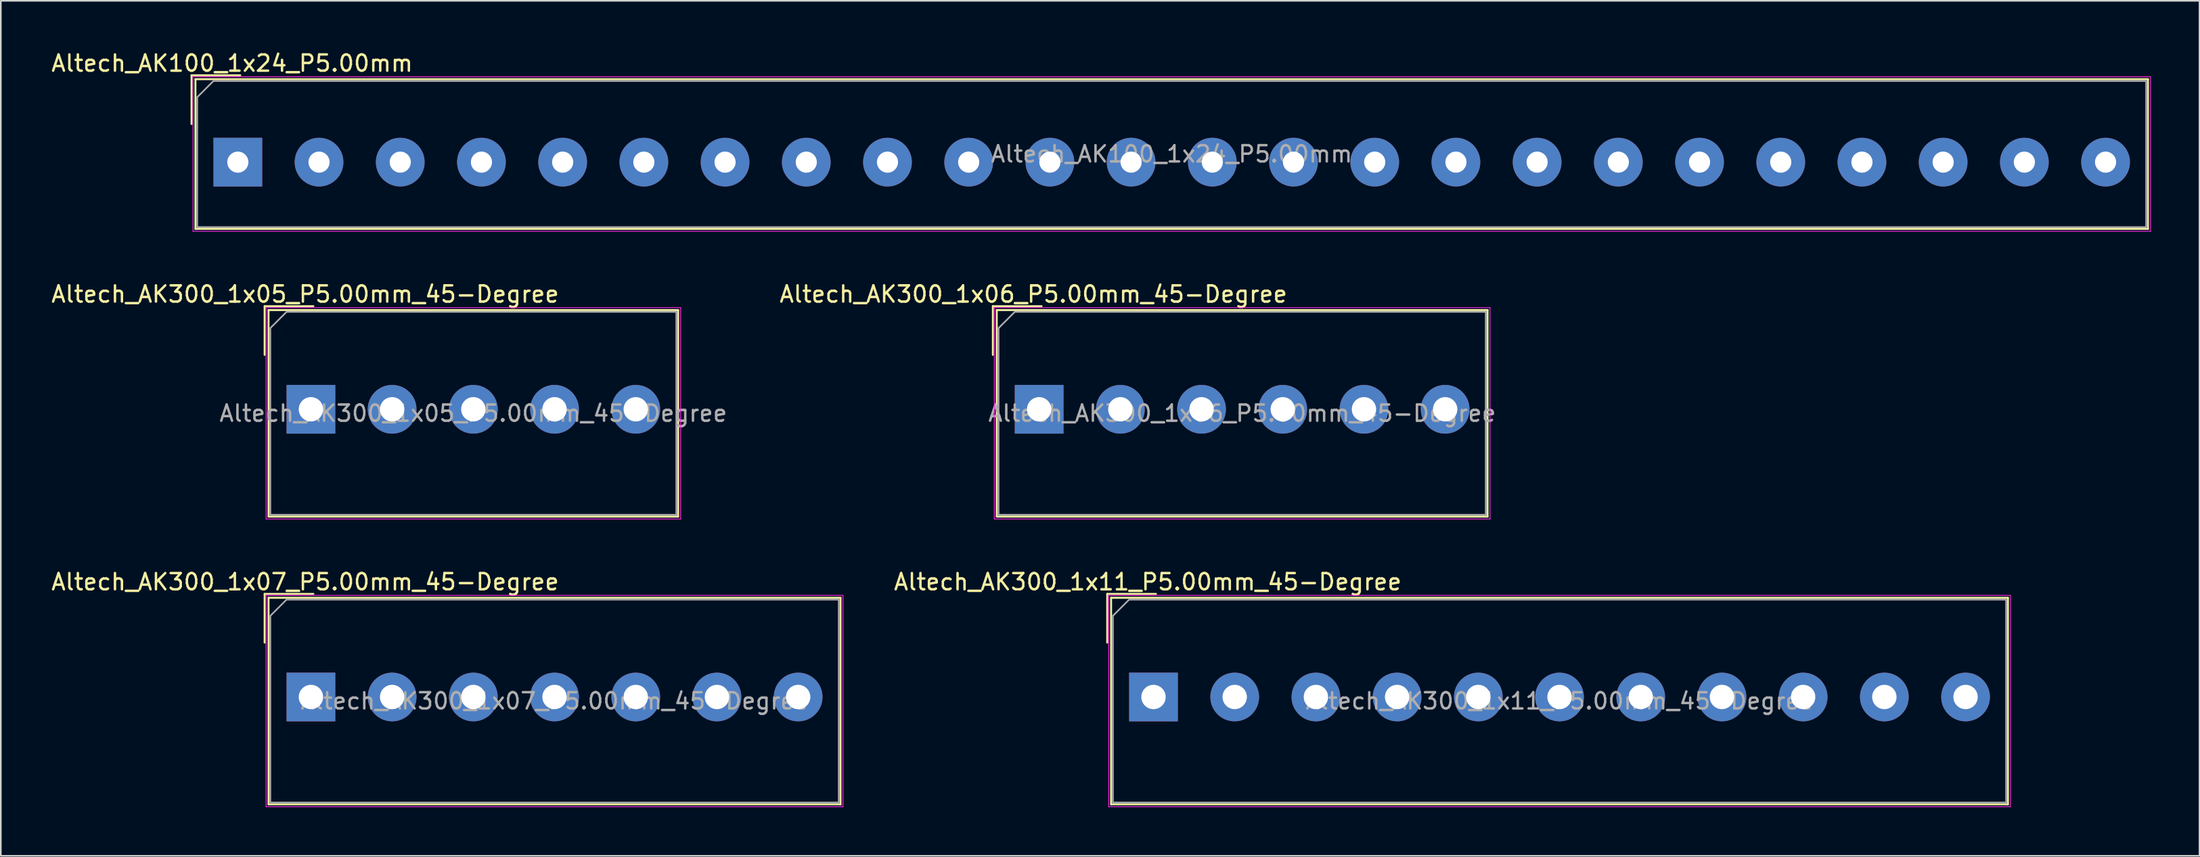
<source format=kicad_pcb>
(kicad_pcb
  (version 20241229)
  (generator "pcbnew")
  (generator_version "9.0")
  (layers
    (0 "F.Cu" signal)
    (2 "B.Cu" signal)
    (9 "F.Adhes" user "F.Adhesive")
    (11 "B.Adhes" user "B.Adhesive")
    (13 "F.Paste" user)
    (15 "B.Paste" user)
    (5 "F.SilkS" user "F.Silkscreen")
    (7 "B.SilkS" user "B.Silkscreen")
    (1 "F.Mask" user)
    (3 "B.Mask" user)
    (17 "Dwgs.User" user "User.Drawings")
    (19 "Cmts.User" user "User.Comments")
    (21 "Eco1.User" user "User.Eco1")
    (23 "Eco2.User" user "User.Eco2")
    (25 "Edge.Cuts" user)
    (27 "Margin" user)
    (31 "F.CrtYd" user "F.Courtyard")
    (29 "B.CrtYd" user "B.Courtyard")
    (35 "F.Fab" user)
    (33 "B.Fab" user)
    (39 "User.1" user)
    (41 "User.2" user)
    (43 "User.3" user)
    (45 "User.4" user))
  (footprint "Altech_AK300_1x05_P5.00mm_45-Degree"
    (layer "F.Cu")
    (at 16.094 22.162)
    (property "Reference" "Altech_AK300_1x05_P5.00mm_45-Degree" (at -0.35 -7.09 0) (layer "F.SilkS") (effects (font (size 1 1) (thickness 0.15))))
    (attr through_hole)
    (fp_line (start -2.85 -6.35) (end 0.15 -6.35) (stroke (width 0.12) (type solid)) (layer "F.SilkS"))
    (fp_line (start -2.85 -3.35) (end -2.85 -6.35) (stroke (width 0.12) (type solid)) (layer "F.SilkS"))
    (fp_line (start -2.61 -6.11) (end -2.61 6.61) (stroke (width 0.12) (type solid)) (layer "F.SilkS"))
    (fp_line (start -2.61 -6.11) (end 22.61 -6.11) (stroke (width 0.12) (type solid)) (layer "F.SilkS"))
    (fp_line (start -2.61 6.61) (end 22.61 6.61) (stroke (width 0.12) (type solid)) (layer "F.SilkS"))
    (fp_line (start 22.61 -6.11) (end 22.61 6.61) (stroke (width 0.12) (type solid)) (layer "F.SilkS"))
    (fp_line (start -2.76 -6.26) (end -2.76 6.76) (stroke (width 0.05) (type solid)) (layer "F.CrtYd"))
    (fp_line (start -2.76 6.76) (end 22.76 6.76) (stroke (width 0.05) (type solid)) (layer "F.CrtYd"))
    (fp_line (start 22.76 -6.26) (end -2.76 -6.26) (stroke (width 0.05) (type solid)) (layer "F.CrtYd"))
    (fp_line (start 22.76 6.76) (end 22.76 -6.26) (stroke (width 0.05) (type solid)) (layer "F.CrtYd"))
    (fp_poly (pts (xy -2.5 -5) (xy -2.5 6.5) (xy 22.5 6.5) (xy 22.5 -6) (xy -1.5 -6)) (stroke (width 0.1) (type solid)) (fill no) (layer "F.Fab"))
    (fp_text user "${REFERENCE}" (at 10 0.25 0) (layer "F.Fab") (effects (font (size 1 1) (thickness 0.15))))
    (pad "1" thru_hole rect (at 0 0) (size 3 3) (drill 1.5) (layers "*.Cu" "*.Mask"))
    (pad "2" thru_hole circle (at 5 0) (size 3 3) (drill 1.5) (layers "*.Cu" "*.Mask"))
    (pad "3" thru_hole circle (at 10 0) (size 3 3) (drill 1.5) (layers "*.Cu" "*.Mask"))
    (pad "4" thru_hole circle (at 15 0) (size 3 3) (drill 1.5) (layers "*.Cu" "*.Mask"))
    (pad "5" thru_hole circle (at 20 0) (size 3 3) (drill 1.5) (layers "*.Cu" "*.Mask")))
  (footprint "Altech_AK100_1x24_P5.00mm"
    (layer "F.Cu")
    (at 11.594 6.938)
    (property "Reference" "Altech_AK100_1x24_P5.00mm" (at -0.35 -6.09 0) (layer "F.SilkS") (effects (font (size 1 1) (thickness 0.15))))
    (attr through_hole)
    (fp_line (start -2.85 -5.35) (end 0.15 -5.35) (stroke (width 0.12) (type solid)) (layer "F.SilkS"))
    (fp_line (start -2.85 -2.35) (end -2.85 -5.35) (stroke (width 0.12) (type solid)) (layer "F.SilkS"))
    (fp_line (start -2.61 -5.11) (end -2.61 4.11) (stroke (width 0.12) (type solid)) (layer "F.SilkS"))
    (fp_line (start -2.61 -5.11) (end 117.61 -5.11) (stroke (width 0.12) (type solid)) (layer "F.SilkS"))
    (fp_line (start -2.61 4.11) (end 117.61 4.11) (stroke (width 0.12) (type solid)) (layer "F.SilkS"))
    (fp_line (start 117.61 -5.11) (end 117.61 4.11) (stroke (width 0.12) (type solid)) (layer "F.SilkS"))
    (fp_line (start -2.76 -5.26) (end -2.76 4.26) (stroke (width 0.05) (type solid)) (layer "F.CrtYd"))
    (fp_line (start -2.76 4.26) (end 117.76 4.26) (stroke (width 0.05) (type solid)) (layer "F.CrtYd"))
    (fp_line (start 117.76 -5.26) (end -2.76 -5.26) (stroke (width 0.05) (type solid)) (layer "F.CrtYd"))
    (fp_line (start 117.76 4.26) (end 117.76 -5.26) (stroke (width 0.05) (type solid)) (layer "F.CrtYd"))
    (fp_poly (pts (xy -2.5 -4) (xy -2.5 4) (xy 117.5 4) (xy 117.5 -5) (xy -1.5 -5)) (stroke (width 0.1) (type solid)) (fill no) (layer "F.Fab"))
    (fp_text user "${REFERENCE}" (at 57.5 -0.5 0) (layer "F.Fab") (effects (font (size 1 1) (thickness 0.15))))
    (pad "1" thru_hole rect (at 0 0) (size 3 3) (drill 1.3) (layers "*.Cu" "*.Mask"))
    (pad "2" thru_hole circle (at 5 0) (size 3 3) (drill 1.3) (layers "*.Cu" "*.Mask"))
    (pad "3" thru_hole circle (at 10 0) (size 3 3) (drill 1.3) (layers "*.Cu" "*.Mask"))
    (pad "4" thru_hole circle (at 15 0) (size 3 3) (drill 1.3) (layers "*.Cu" "*.Mask"))
    (pad "5" thru_hole circle (at 20 0) (size 3 3) (drill 1.3) (layers "*.Cu" "*.Mask"))
    (pad "6" thru_hole circle (at 25 0) (size 3 3) (drill 1.3) (layers "*.Cu" "*.Mask"))
    (pad "7" thru_hole circle (at 30 0) (size 3 3) (drill 1.3) (layers "*.Cu" "*.Mask"))
    (pad "8" thru_hole circle (at 35 0) (size 3 3) (drill 1.3) (layers "*.Cu" "*.Mask"))
    (pad "9" thru_hole circle (at 40 0) (size 3 3) (drill 1.3) (layers "*.Cu" "*.Mask"))
    (pad "10" thru_hole circle (at 45 0) (size 3 3) (drill 1.3) (layers "*.Cu" "*.Mask"))
    (pad "11" thru_hole circle (at 50 0) (size 3 3) (drill 1.3) (layers "*.Cu" "*.Mask"))
    (pad "12" thru_hole circle (at 55 0) (size 3 3) (drill 1.3) (layers "*.Cu" "*.Mask"))
    (pad "13" thru_hole circle (at 60 0) (size 3 3) (drill 1.3) (layers "*.Cu" "*.Mask"))
    (pad "14" thru_hole circle (at 65 0) (size 3 3) (drill 1.3) (layers "*.Cu" "*.Mask"))
    (pad "15" thru_hole circle (at 70 0) (size 3 3) (drill 1.3) (layers "*.Cu" "*.Mask"))
    (pad "16" thru_hole circle (at 75 0) (size 3 3) (drill 1.3) (layers "*.Cu" "*.Mask"))
    (pad "17" thru_hole circle (at 80 0) (size 3 3) (drill 1.3) (layers "*.Cu" "*.Mask"))
    (pad "18" thru_hole circle (at 85 0) (size 3 3) (drill 1.3) (layers "*.Cu" "*.Mask"))
    (pad "19" thru_hole circle (at 90 0) (size 3 3) (drill 1.3) (layers "*.Cu" "*.Mask"))
    (pad "20" thru_hole circle (at 95 0) (size 3 3) (drill 1.3) (layers "*.Cu" "*.Mask"))
    (pad "21" thru_hole circle (at 100 0) (size 3 3) (drill 1.3) (layers "*.Cu" "*.Mask"))
    (pad "22" thru_hole circle (at 105 0) (size 3 3) (drill 1.3) (layers "*.Cu" "*.Mask"))
    (pad "23" thru_hole circle (at 110 0) (size 3 3) (drill 1.3) (layers "*.Cu" "*.Mask"))
    (pad "24" thru_hole circle (at 115 0) (size 3 3) (drill 1.3) (layers "*.Cu" "*.Mask")))
  (footprint "Altech_AK300_1x06_P5.00mm_45-Degree"
    (layer "F.Cu")
    (at 60.932 22.162)
    (property "Reference" "Altech_AK300_1x06_P5.00mm_45-Degree" (at -0.35 -7.09 0) (layer "F.SilkS") (effects (font (size 1 1) (thickness 0.15))))
    (attr through_hole)
    (fp_line (start -2.85 -6.35) (end 0.15 -6.35) (stroke (width 0.12) (type solid)) (layer "F.SilkS"))
    (fp_line (start -2.85 -3.35) (end -2.85 -6.35) (stroke (width 0.12) (type solid)) (layer "F.SilkS"))
    (fp_line (start -2.61 -6.11) (end -2.61 6.61) (stroke (width 0.12) (type solid)) (layer "F.SilkS"))
    (fp_line (start -2.61 -6.11) (end 27.61 -6.11) (stroke (width 0.12) (type solid)) (layer "F.SilkS"))
    (fp_line (start -2.61 6.61) (end 27.61 6.61) (stroke (width 0.12) (type solid)) (layer "F.SilkS"))
    (fp_line (start 27.61 -6.11) (end 27.61 6.61) (stroke (width 0.12) (type solid)) (layer "F.SilkS"))
    (fp_line (start -2.76 -6.26) (end -2.76 6.76) (stroke (width 0.05) (type solid)) (layer "F.CrtYd"))
    (fp_line (start -2.76 6.76) (end 27.76 6.76) (stroke (width 0.05) (type solid)) (layer "F.CrtYd"))
    (fp_line (start 27.76 -6.26) (end -2.76 -6.26) (stroke (width 0.05) (type solid)) (layer "F.CrtYd"))
    (fp_line (start 27.76 6.76) (end 27.76 -6.26) (stroke (width 0.05) (type solid)) (layer "F.CrtYd"))
    (fp_poly (pts (xy -2.5 -5) (xy -2.5 6.5) (xy 27.5 6.5) (xy 27.5 -6) (xy -1.5 -6)) (stroke (width 0.1) (type solid)) (fill no) (layer "F.Fab"))
    (fp_text user "${REFERENCE}" (at 12.5 0.25 0) (layer "F.Fab") (effects (font (size 1 1) (thickness 0.15))))
    (pad "1" thru_hole rect (at 0 0) (size 3 3) (drill 1.5) (layers "*.Cu" "*.Mask"))
    (pad "2" thru_hole circle (at 5 0) (size 3 3) (drill 1.5) (layers "*.Cu" "*.Mask"))
    (pad "3" thru_hole circle (at 10 0) (size 3 3) (drill 1.5) (layers "*.Cu" "*.Mask"))
    (pad "4" thru_hole circle (at 15 0) (size 3 3) (drill 1.5) (layers "*.Cu" "*.Mask"))
    (pad "5" thru_hole circle (at 20 0) (size 3 3) (drill 1.5) (layers "*.Cu" "*.Mask"))
    (pad "6" thru_hole circle (at 25 0) (size 3 3) (drill 1.5) (layers "*.Cu" "*.Mask")))
  (footprint "Altech_AK300_1x11_P5.00mm_45-Degree"
    (layer "F.Cu")
    (at 67.973 39.885)
    (property "Reference" "Altech_AK300_1x11_P5.00mm_45-Degree" (at -0.35 -7.09 0) (layer "F.SilkS") (effects (font (size 1 1) (thickness 0.15))))
    (attr through_hole)
    (fp_line (start -2.85 -6.35) (end 0.15 -6.35) (stroke (width 0.12) (type solid)) (layer "F.SilkS"))
    (fp_line (start -2.85 -3.35) (end -2.85 -6.35) (stroke (width 0.12) (type solid)) (layer "F.SilkS"))
    (fp_line (start -2.61 -6.11) (end -2.61 6.61) (stroke (width 0.12) (type solid)) (layer "F.SilkS"))
    (fp_line (start -2.61 -6.11) (end 52.61 -6.11) (stroke (width 0.12) (type solid)) (layer "F.SilkS"))
    (fp_line (start -2.61 6.61) (end 52.61 6.61) (stroke (width 0.12) (type solid)) (layer "F.SilkS"))
    (fp_line (start 52.61 -6.11) (end 52.61 6.61) (stroke (width 0.12) (type solid)) (layer "F.SilkS"))
    (fp_line (start -2.76 -6.26) (end -2.76 6.76) (stroke (width 0.05) (type solid)) (layer "F.CrtYd"))
    (fp_line (start -2.76 6.76) (end 52.76 6.76) (stroke (width 0.05) (type solid)) (layer "F.CrtYd"))
    (fp_line (start 52.76 -6.26) (end -2.76 -6.26) (stroke (width 0.05) (type solid)) (layer "F.CrtYd"))
    (fp_line (start 52.76 6.76) (end 52.76 -6.26) (stroke (width 0.05) (type solid)) (layer "F.CrtYd"))
    (fp_poly (pts (xy -2.5 -5) (xy -2.5 6.5) (xy 52.5 6.5) (xy 52.5 -6) (xy -1.5 -6)) (stroke (width 0.1) (type solid)) (fill no) (layer "F.Fab"))
    (fp_text user "${REFERENCE}" (at 25 0.25 0) (layer "F.Fab") (effects (font (size 1 1) (thickness 0.15))))
    (pad "1" thru_hole rect (at 0 0) (size 3 3) (drill 1.5) (layers "*.Cu" "*.Mask"))
    (pad "2" thru_hole circle (at 5 0) (size 3 3) (drill 1.5) (layers "*.Cu" "*.Mask"))
    (pad "3" thru_hole circle (at 10 0) (size 3 3) (drill 1.5) (layers "*.Cu" "*.Mask"))
    (pad "4" thru_hole circle (at 15 0) (size 3 3) (drill 1.5) (layers "*.Cu" "*.Mask"))
    (pad "5" thru_hole circle (at 20 0) (size 3 3) (drill 1.5) (layers "*.Cu" "*.Mask"))
    (pad "6" thru_hole circle (at 25 0) (size 3 3) (drill 1.5) (layers "*.Cu" "*.Mask"))
    (pad "7" thru_hole circle (at 30 0) (size 3 3) (drill 1.5) (layers "*.Cu" "*.Mask"))
    (pad "8" thru_hole circle (at 35 0) (size 3 3) (drill 1.5) (layers "*.Cu" "*.Mask"))
    (pad "9" thru_hole circle (at 40 0) (size 3 3) (drill 1.5) (layers "*.Cu" "*.Mask"))
    (pad "10" thru_hole circle (at 45 0) (size 3 3) (drill 1.5) (layers "*.Cu" "*.Mask"))
    (pad "11" thru_hole circle (at 50 0) (size 3 3) (drill 1.5) (layers "*.Cu" "*.Mask")))
  (footprint "Altech_AK300_1x07_P5.00mm_45-Degree"
    (layer "F.Cu")
    (at 16.094 39.885)
    (property "Reference" "Altech_AK300_1x07_P5.00mm_45-Degree" (at -0.35 -7.09 0) (layer "F.SilkS") (effects (font (size 1 1) (thickness 0.15))))
    (attr through_hole)
    (fp_line (start -2.85 -6.35) (end 0.15 -6.35) (stroke (width 0.12) (type solid)) (layer "F.SilkS"))
    (fp_line (start -2.85 -3.35) (end -2.85 -6.35) (stroke (width 0.12) (type solid)) (layer "F.SilkS"))
    (fp_line (start -2.61 -6.11) (end -2.61 6.61) (stroke (width 0.12) (type solid)) (layer "F.SilkS"))
    (fp_line (start -2.61 -6.11) (end 32.61 -6.11) (stroke (width 0.12) (type solid)) (layer "F.SilkS"))
    (fp_line (start -2.61 6.61) (end 32.61 6.61) (stroke (width 0.12) (type solid)) (layer "F.SilkS"))
    (fp_line (start 32.61 -6.11) (end 32.61 6.61) (stroke (width 0.12) (type solid)) (layer "F.SilkS"))
    (fp_line (start -2.76 -6.26) (end -2.76 6.76) (stroke (width 0.05) (type solid)) (layer "F.CrtYd"))
    (fp_line (start -2.76 6.76) (end 32.76 6.76) (stroke (width 0.05) (type solid)) (layer "F.CrtYd"))
    (fp_line (start 32.76 -6.26) (end -2.76 -6.26) (stroke (width 0.05) (type solid)) (layer "F.CrtYd"))
    (fp_line (start 32.76 6.76) (end 32.76 -6.26) (stroke (width 0.05) (type solid)) (layer "F.CrtYd"))
    (fp_poly (pts (xy -2.5 -5) (xy -2.5 6.5) (xy 32.5 6.5) (xy 32.5 -6) (xy -1.5 -6)) (stroke (width 0.1) (type solid)) (fill no) (layer "F.Fab"))
    (fp_text user "${REFERENCE}" (at 15 0.25 0) (layer "F.Fab") (effects (font (size 1 1) (thickness 0.15))))
    (pad "1" thru_hole rect (at 0 0) (size 3 3) (drill 1.5) (layers "*.Cu" "*.Mask"))
    (pad "2" thru_hole circle (at 5 0) (size 3 3) (drill 1.5) (layers "*.Cu" "*.Mask"))
    (pad "3" thru_hole circle (at 10 0) (size 3 3) (drill 1.5) (layers "*.Cu" "*.Mask"))
    (pad "4" thru_hole circle (at 15 0) (size 3 3) (drill 1.5) (layers "*.Cu" "*.Mask"))
    (pad "5" thru_hole circle (at 20 0) (size 3 3) (drill 1.5) (layers "*.Cu" "*.Mask"))
    (pad "6" thru_hole circle (at 25 0) (size 3 3) (drill 1.5) (layers "*.Cu" "*.Mask"))
    (pad "7" thru_hole circle (at 30 0) (size 3 3) (drill 1.5) (layers "*.Cu" "*.Mask")))
  (gr_rect
    (start -3 -3)
    (end 132.379 49.67)
    (stroke (width 0.1) (type default))
    (fill no)
    (layer "Edge.Cuts")))
</source>
